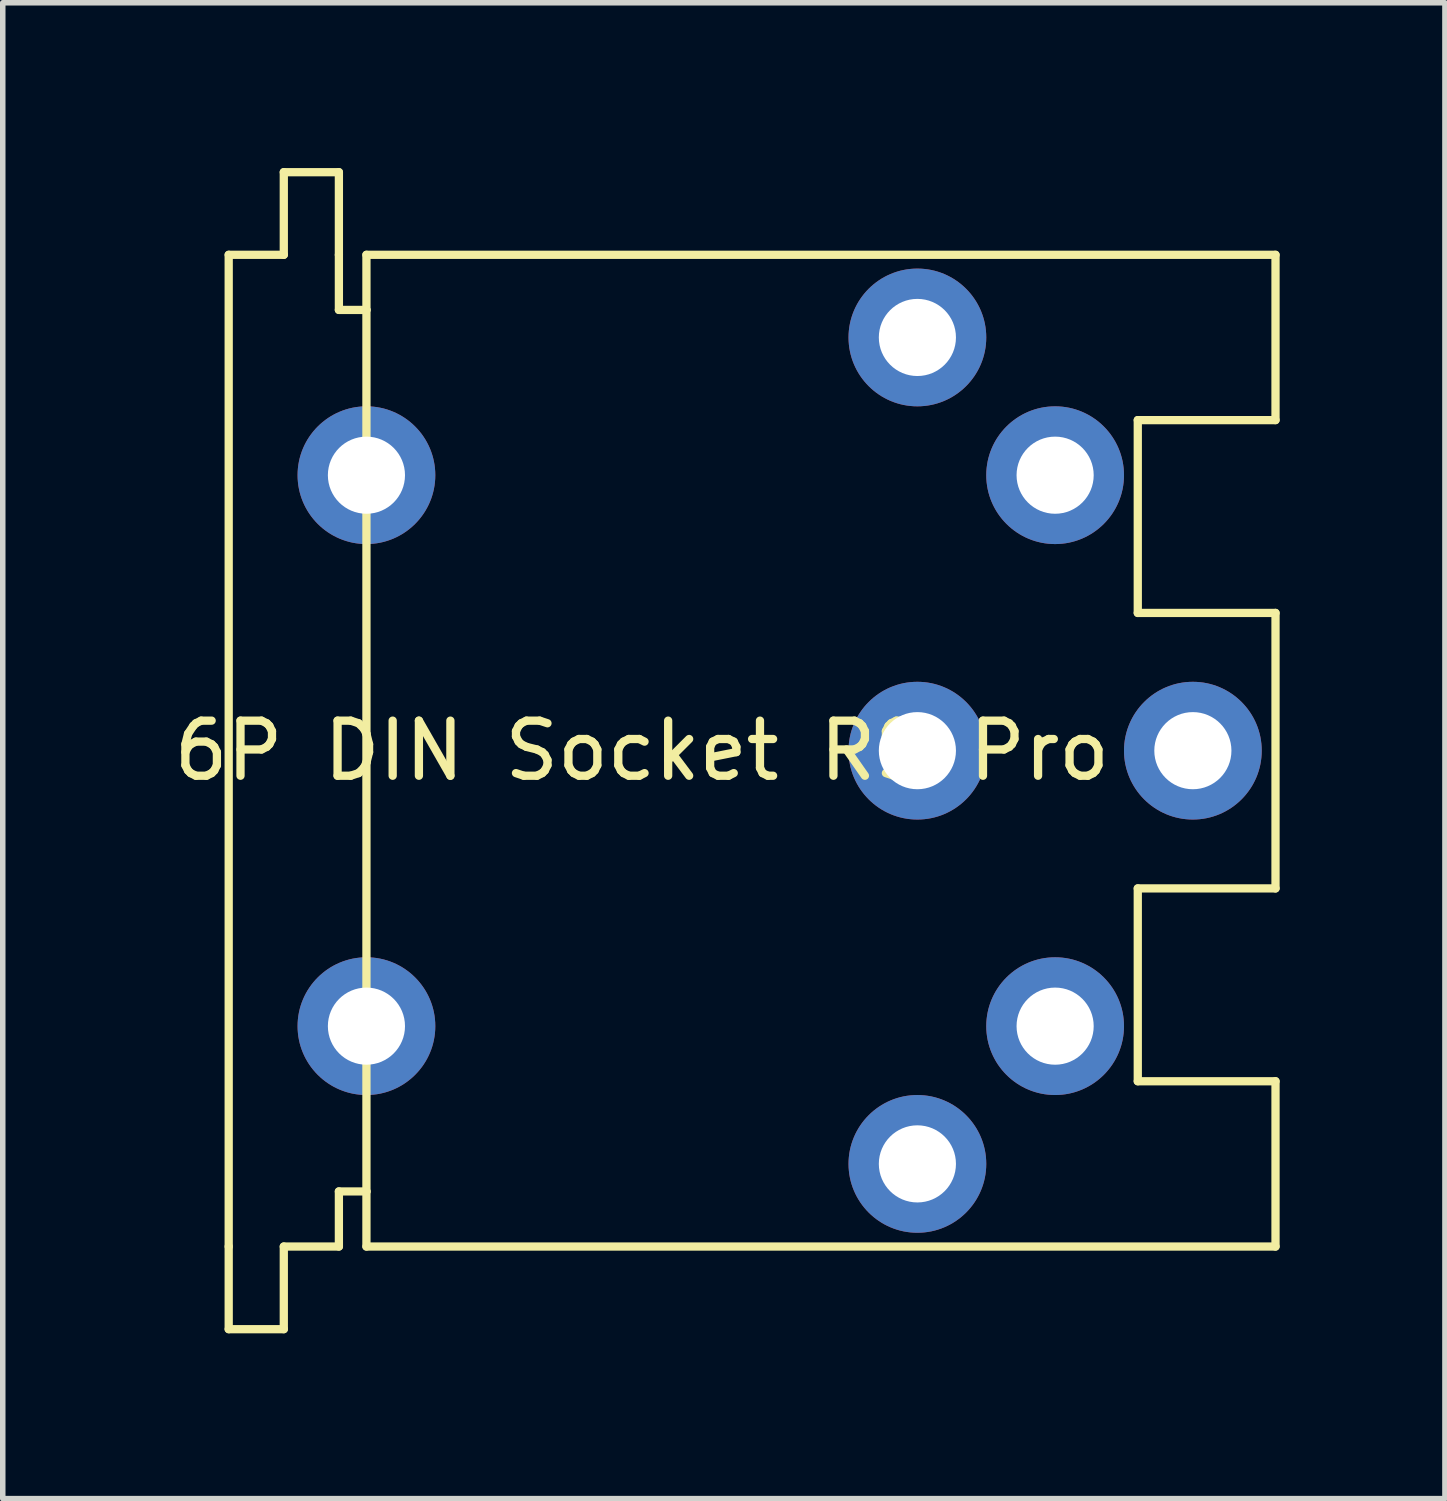
<source format=kicad_pcb>
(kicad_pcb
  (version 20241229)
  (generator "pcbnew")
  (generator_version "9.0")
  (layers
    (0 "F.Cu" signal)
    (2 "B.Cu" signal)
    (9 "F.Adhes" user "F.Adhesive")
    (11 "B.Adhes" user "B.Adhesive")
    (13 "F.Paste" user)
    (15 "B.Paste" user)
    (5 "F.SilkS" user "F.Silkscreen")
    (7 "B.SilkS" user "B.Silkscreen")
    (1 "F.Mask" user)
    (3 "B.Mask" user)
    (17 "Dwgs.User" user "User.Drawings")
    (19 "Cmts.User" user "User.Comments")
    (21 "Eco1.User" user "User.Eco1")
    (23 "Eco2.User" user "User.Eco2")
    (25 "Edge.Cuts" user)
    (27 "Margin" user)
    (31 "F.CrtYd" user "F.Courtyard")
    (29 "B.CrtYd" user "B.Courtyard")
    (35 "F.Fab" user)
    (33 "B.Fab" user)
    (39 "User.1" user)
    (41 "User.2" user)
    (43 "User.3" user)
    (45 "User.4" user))
  (footprint "6P DIN Socket RS Pro"
    (layer "F.Cu")
    (at 11.101 10.575)
    (property "Reference" "6P DIN Socket RS Pro" (at -2.5 0 0) (layer "F.SilkS") (effects (font (size 1 1) (thickness 0.15))))
    (attr through_hole)
    (fp_line (start -10 -9) (end -9 -9) (stroke (width 0.15) (type solid)) (layer "F.SilkS"))
    (fp_line (start -10 9) (end -10 -9) (stroke (width 0.15) (type solid)) (layer "F.SilkS"))
    (fp_line (start -10 9) (end -10 10.5) (stroke (width 0.15) (type solid)) (layer "F.SilkS"))
    (fp_line (start -10 10.5) (end -9 10.5) (stroke (width 0.15) (type solid)) (layer "F.SilkS"))
    (fp_line (start -9 -10.5) (end -8 -10.5) (stroke (width 0.15) (type solid)) (layer "F.SilkS"))
    (fp_line (start -9 -9) (end -9 -10.5) (stroke (width 0.15) (type solid)) (layer "F.SilkS"))
    (fp_line (start -9 9) (end -8 9) (stroke (width 0.15) (type solid)) (layer "F.SilkS"))
    (fp_line (start -9 10.5) (end -9 9) (stroke (width 0.15) (type solid)) (layer "F.SilkS"))
    (fp_line (start -8 -10.5) (end -8 -9) (stroke (width 0.15) (type solid)) (layer "F.SilkS"))
    (fp_line (start -8 -9) (end -8 -8) (stroke (width 0.15) (type solid)) (layer "F.SilkS"))
    (fp_line (start -8 -8) (end -7.5 -8) (stroke (width 0.15) (type solid)) (layer "F.SilkS"))
    (fp_line (start -8 8) (end -7.5 8) (stroke (width 0.15) (type solid)) (layer "F.SilkS"))
    (fp_line (start -8 9) (end -8 8) (stroke (width 0.15) (type solid)) (layer "F.SilkS"))
    (fp_line (start -7.5 -8) (end -7.5 -9) (stroke (width 0.15) (type solid)) (layer "F.SilkS"))
    (fp_line (start -7.5 8) (end -7.5 -8) (stroke (width 0.15) (type solid)) (layer "F.SilkS"))
    (fp_line (start -7.5 9) (end -7.5 8) (stroke (width 0.15) (type solid)) (layer "F.SilkS"))
    (fp_line (start 6.5 -6) (end 6.5 -2.5) (stroke (width 0.15) (type solid)) (layer "F.SilkS"))
    (fp_line (start 6.5 -2.5) (end 9 -2.5) (stroke (width 0.15) (type solid)) (layer "F.SilkS"))
    (fp_line (start 6.5 2.5) (end 6.5 6) (stroke (width 0.15) (type solid)) (layer "F.SilkS"))
    (fp_line (start 6.5 6) (end 9 6) (stroke (width 0.15) (type solid)) (layer "F.SilkS"))
    (fp_line (start 9 -9) (end -7.5 -9) (stroke (width 0.15) (type solid)) (layer "F.SilkS"))
    (fp_line (start 9 -6) (end 6.5 -6) (stroke (width 0.15) (type solid)) (layer "F.SilkS"))
    (fp_line (start 9 -6) (end 9 -9) (stroke (width 0.15) (type solid)) (layer "F.SilkS"))
    (fp_line (start 9 2.5) (end 6.5 2.5) (stroke (width 0.15) (type solid)) (layer "F.SilkS"))
    (fp_line (start 9 2.5) (end 9 -2.5) (stroke (width 0.15) (type solid)) (layer "F.SilkS"))
    (fp_line (start 9 9) (end -7.5 9) (stroke (width 0.15) (type solid)) (layer "F.SilkS"))
    (fp_line (start 9 9) (end 9 6) (stroke (width 0.15) (type solid)) (layer "F.SilkS"))
    (pad "1" thru_hole circle (at 2.5 7.5) (size 2.5 2.5) (drill 1.4) (layers "*.Cu" "*.Mask"))
    (pad "2" thru_hole circle (at 5 5) (size 2.5 2.5) (drill 1.4) (layers "*.Cu" "*.Mask"))
    (pad "3" thru_hole circle (at 2.5 0) (size 2.5 2.5) (drill 1.4) (layers "*.Cu" "*.Mask"))
    (pad "4" thru_hole circle (at 5 -5) (size 2.5 2.5) (drill 1.4) (layers "*.Cu" "*.Mask"))
    (pad "5" thru_hole circle (at 2.5 -7.5) (size 2.5 2.5) (drill 1.4) (layers "*.Cu" "*.Mask"))
    (pad "6" thru_hole circle (at 7.5 0) (size 2.5 2.5) (drill 1.4) (layers "*.Cu" "*.Mask"))
    (pad "7" thru_hole circle (at -7.5 5) (size 2.5 2.5) (drill 1.4) (layers "*.Cu" "*.Mask"))
    (pad "8" thru_hole circle (at -7.5 -5) (size 2.5 2.5) (drill 1.4) (layers "*.Cu" "*.Mask")))
  (gr_rect
    (start -3 -3)
    (end 23.176 24.15)
    (stroke (width 0.1) (type default))
    (fill no)
    (layer "Edge.Cuts")))
</source>
